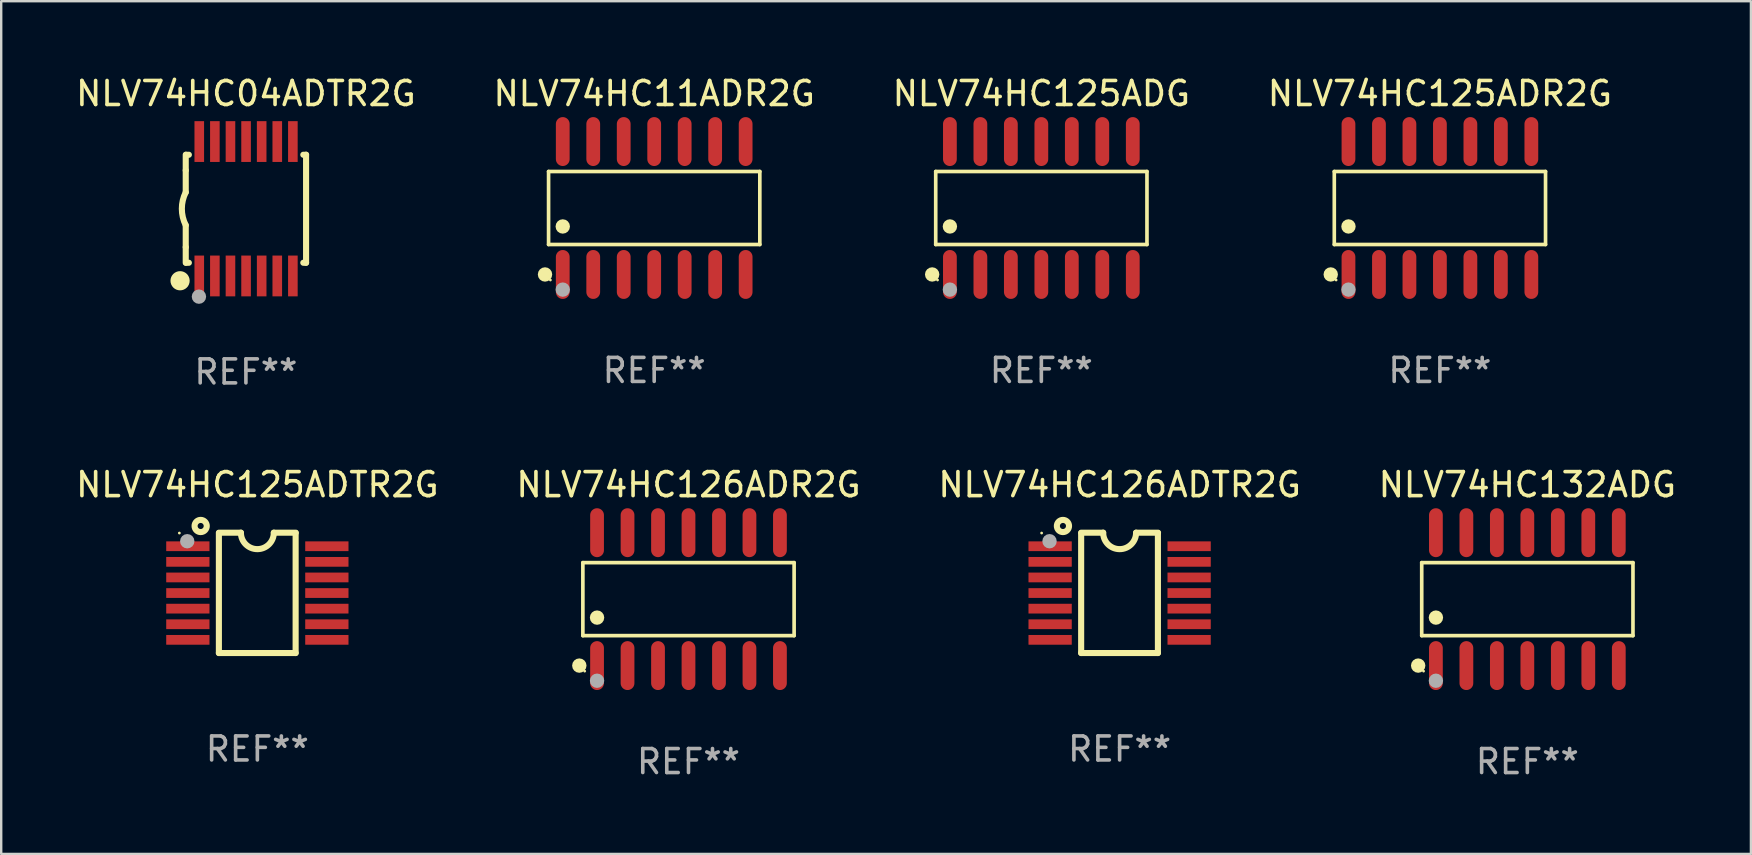
<source format=kicad_pcb>
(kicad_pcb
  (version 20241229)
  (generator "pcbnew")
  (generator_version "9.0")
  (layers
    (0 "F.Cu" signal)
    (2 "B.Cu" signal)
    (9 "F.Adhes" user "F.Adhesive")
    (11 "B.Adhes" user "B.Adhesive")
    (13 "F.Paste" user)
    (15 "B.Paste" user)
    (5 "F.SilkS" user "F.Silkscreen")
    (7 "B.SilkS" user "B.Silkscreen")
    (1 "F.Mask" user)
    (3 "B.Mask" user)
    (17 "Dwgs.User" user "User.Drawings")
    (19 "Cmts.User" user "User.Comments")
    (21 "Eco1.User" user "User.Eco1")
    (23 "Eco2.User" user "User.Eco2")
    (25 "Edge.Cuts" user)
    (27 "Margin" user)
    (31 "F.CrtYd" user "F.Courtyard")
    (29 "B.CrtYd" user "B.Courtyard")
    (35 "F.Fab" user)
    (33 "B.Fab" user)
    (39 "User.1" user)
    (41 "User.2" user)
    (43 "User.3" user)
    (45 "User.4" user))
  (footprint "NLV74HC125ADTR2G"
    (layer "F.Cu")
    (at 7.673 21.652)
    (property "Reference" "NLV74HC125ADTR2G" (at 0 -4.507 0) (layer "F.SilkS") (effects (font (size 1 1) (thickness 0.15))))
    (attr through_hole)
    (fp_line (start -1.603 2.507) (end -1.603 -2.494) (stroke (width 0.254) (type solid)) (layer "F.SilkS"))
    (fp_line (start -1.603 2.507) (end 1.595 2.507) (stroke (width 0.254) (type solid)) (layer "F.SilkS"))
    (fp_line (start -1.6 -2.507) (end -0.686 -2.507) (stroke (width 0.254) (type solid)) (layer "F.SilkS"))
    (fp_line (start 0.686 -2.507) (end 1.6 -2.507) (stroke (width 0.254) (type solid)) (layer "F.SilkS"))
    (fp_line (start 1.595 2.507) (end 1.595 -2.494) (stroke (width 0.254) (type solid)) (layer "F.SilkS"))
    (fp_arc (start 0.685852 -2.506998) (mid 0.000051 -1.821197) (end -0.68575 -2.506998) (stroke (width 0.254001) (type solid)) (layer "F.SilkS"))
    (fp_circle (center -3.25 -2.492) (end -3.22 -2.492) (stroke (width 0.06) (type solid)) (fill no) (layer "F.SilkS"))
    (fp_circle (center -2.362 -2.786) (end -2.108 -2.786) (stroke (width 0.254) (type solid)) (fill no) (layer "F.SilkS"))
    (fp_circle (center -2.921 -2.151) (end -2.771 -2.151) (stroke (width 0.3) (type solid)) (fill no) (layer "F.Fab"))
    (fp_text user "REF**" (at 0 6.507 0) (layer "F.Fab") (effects (font (size 1 1) (thickness 0.15))))
    (pad "1" smd rect (at -2.896 -1.942) (size 1.803 0.406) (layers "F.Cu" "F.Mask" "F.Paste"))
    (pad "2" smd rect (at -2.896 -1.292) (size 1.803 0.406) (layers "F.Cu" "F.Mask" "F.Paste"))
    (pad "3" smd rect (at -2.896 -0.642) (size 1.803 0.406) (layers "F.Cu" "F.Mask" "F.Paste"))
    (pad "4" smd rect (at -2.896 0.008) (size 1.803 0.406) (layers "F.Cu" "F.Mask" "F.Paste"))
    (pad "5" smd rect (at -2.896 0.658) (size 1.803 0.406) (layers "F.Cu" "F.Mask" "F.Paste"))
    (pad "6" smd rect (at -2.896 1.308) (size 1.803 0.406) (layers "F.Cu" "F.Mask" "F.Paste"))
    (pad "7" smd rect (at -2.896 1.958) (size 1.803 0.406) (layers "F.Cu" "F.Mask" "F.Paste"))
    (pad "8" smd rect (at 2.896 1.958) (size 1.803 0.406) (layers "F.Cu" "F.Mask" "F.Paste"))
    (pad "9" smd rect (at 2.896 1.308) (size 1.803 0.406) (layers "F.Cu" "F.Mask" "F.Paste"))
    (pad "10" smd rect (at 2.896 0.658) (size 1.803 0.406) (layers "F.Cu" "F.Mask" "F.Paste"))
    (pad "11" smd rect (at 2.896 0.008) (size 1.803 0.406) (layers "F.Cu" "F.Mask" "F.Paste"))
    (pad "12" smd rect (at 2.896 -0.642) (size 1.803 0.406) (layers "F.Cu" "F.Mask" "F.Paste"))
    (pad "13" smd rect (at 2.896 -1.292) (size 1.803 0.406) (layers "F.Cu" "F.Mask" "F.Paste"))
    (pad "14" smd rect (at 2.896 -1.942) (size 1.803 0.406) (layers "F.Cu" "F.Mask" "F.Paste")))
  (footprint "NLV74HC126ADR2G"
    (layer "F.Cu")
    (at 25.637 21.914)
    (property "Reference" "NLV74HC126ADR2G" (at 0 -4.769 0) (layer "F.SilkS") (effects (font (size 1 1) (thickness 0.15))))
    (attr through_hole)
    (fp_line (start -4.401 -1.521) (end 4.401 -1.521) (stroke (width 0.152) (type solid)) (layer "F.SilkS"))
    (fp_line (start -4.401 1.521) (end -4.401 -1.521) (stroke (width 0.152) (type solid)) (layer "F.SilkS"))
    (fp_line (start 4.401 -1.521) (end 4.401 1.521) (stroke (width 0.152) (type solid)) (layer "F.SilkS"))
    (fp_line (start 4.401 1.521) (end -4.401 1.521) (stroke (width 0.152) (type solid)) (layer "F.SilkS"))
    (fp_circle (center -4.549 2.769) (end -4.399 2.769) (stroke (width 0.3) (type solid)) (fill no) (layer "F.SilkS"))
    (fp_circle (center -4.325 3) (end -4.295 3) (stroke (width 0.06) (type solid)) (fill no) (layer "F.SilkS"))
    (fp_circle (center -3.81 0.769) (end -3.66 0.769) (stroke (width 0.3) (type solid)) (fill no) (layer "F.SilkS"))
    (fp_circle (center -3.81 3.4) (end -3.66 3.4) (stroke (width 0.3) (type solid)) (fill no) (layer "F.Fab"))
    (fp_text user "REF**" (at 0 6.769 0) (layer "F.Fab") (effects (font (size 1 1) (thickness 0.15))))
    (pad "1" smd oval (at -3.81 2.769) (size 0.574 2.038) (layers "F.Cu" "F.Mask" "F.Paste"))
    (pad "2" smd oval (at -2.54 2.769) (size 0.574 2.038) (layers "F.Cu" "F.Mask" "F.Paste"))
    (pad "3" smd oval (at -1.27 2.769) (size 0.574 2.038) (layers "F.Cu" "F.Mask" "F.Paste"))
    (pad "4" smd oval (at 0 2.769) (size 0.574 2.038) (layers "F.Cu" "F.Mask" "F.Paste"))
    (pad "5" smd oval (at 1.27 2.769) (size 0.574 2.038) (layers "F.Cu" "F.Mask" "F.Paste"))
    (pad "6" smd oval (at 2.54 2.769) (size 0.574 2.038) (layers "F.Cu" "F.Mask" "F.Paste"))
    (pad "7" smd oval (at 3.81 2.769) (size 0.574 2.038) (layers "F.Cu" "F.Mask" "F.Paste"))
    (pad "8" smd oval (at 3.81 -2.769) (size 0.574 2.038) (layers "F.Cu" "F.Mask" "F.Paste"))
    (pad "9" smd oval (at 2.54 -2.769) (size 0.574 2.038) (layers "F.Cu" "F.Mask" "F.Paste"))
    (pad "10" smd oval (at 1.27 -2.769) (size 0.574 2.038) (layers "F.Cu" "F.Mask" "F.Paste"))
    (pad "11" smd oval (at 0 -2.769) (size 0.574 2.038) (layers "F.Cu" "F.Mask" "F.Paste"))
    (pad "12" smd oval (at -1.27 -2.769) (size 0.574 2.038) (layers "F.Cu" "F.Mask" "F.Paste"))
    (pad "13" smd oval (at -2.54 -2.769) (size 0.574 2.038) (layers "F.Cu" "F.Mask" "F.Paste"))
    (pad "14" smd oval (at -3.81 -2.769) (size 0.574 2.038) (layers "F.Cu" "F.Mask" "F.Paste")))
  (footprint "NLV74HC04ADTR2G"
    (layer "F.Cu")
    (at 7.196 5.648)
    (property "Reference" "NLV74HC04ADTR2G" (at 0 -4.8 0) (layer "F.SilkS") (effects (font (size 1 1) (thickness 0.15))))
    (attr through_hole)
    (fp_line (start -2.507 -1.6) (end -2.507 -2.25) (stroke (width 0.254) (type solid)) (layer "F.SilkS"))
    (fp_line (start -2.507 -0.686) (end -2.507 -1.6) (stroke (width 0.254) (type solid)) (layer "F.SilkS"))
    (fp_line (start -2.507 1.6) (end -2.507 0.686) (stroke (width 0.254) (type solid)) (layer "F.SilkS"))
    (fp_line (start -2.507 1.6) (end -2.507 2.25) (stroke (width 0.254) (type solid)) (layer "F.SilkS"))
    (fp_line (start -2.493 -2.25) (end -2.377 -2.25) (stroke (width 0.254) (type solid)) (layer "F.SilkS"))
    (fp_line (start -2.377 2.25) (end -2.493 2.25) (stroke (width 0.254) (type solid)) (layer "F.SilkS"))
    (fp_line (start 2.392 -2.25) (end 2.507 -2.25) (stroke (width 0.254) (type solid)) (layer "F.SilkS"))
    (fp_line (start 2.507 -2.25) (end 2.507 2.25) (stroke (width 0.254) (type solid)) (layer "F.SilkS"))
    (fp_line (start 2.507 2.25) (end 2.392 2.25) (stroke (width 0.254) (type solid)) (layer "F.SilkS"))
    (fp_arc (start -2.507303 0.685802) (mid -2.669199 0) (end -2.507303 -0.685801) (stroke (width 0.254001) (type solid)) (layer "F.SilkS"))
    (fp_circle (center -2.743 3) (end -2.543 3) (stroke (width 0.4) (type solid)) (fill no) (layer "F.SilkS"))
    (fp_circle (center -2.493 3.2) (end -2.463 3.2) (stroke (width 0.06) (type solid)) (fill no) (layer "F.SilkS"))
    (fp_circle (center -1.957 3.662) (end -1.807 3.662) (stroke (width 0.3) (type solid)) (fill no) (layer "F.Fab"))
    (fp_text user "REF**" (at 0 6.8 0) (layer "F.Fab") (effects (font (size 1 1) (thickness 0.15))))
    (pad "1" smd rect (at -1.943 2.8) (size 0.4 1.7) (layers "F.Cu" "F.Mask" "F.Paste"))
    (pad "2" smd rect (at -1.293 2.8) (size 0.4 1.7) (layers "F.Cu" "F.Mask" "F.Paste"))
    (pad "3" smd rect (at -0.643 2.8) (size 0.4 1.7) (layers "F.Cu" "F.Mask" "F.Paste"))
    (pad "4" smd rect (at 0.007 2.8) (size 0.4 1.7) (layers "F.Cu" "F.Mask" "F.Paste"))
    (pad "5" smd rect (at 0.657 2.8) (size 0.4 1.7) (layers "F.Cu" "F.Mask" "F.Paste"))
    (pad "6" smd rect (at 1.307 2.8) (size 0.4 1.7) (layers "F.Cu" "F.Mask" "F.Paste"))
    (pad "7" smd rect (at 1.957 2.8) (size 0.4 1.7) (layers "F.Cu" "F.Mask" "F.Paste"))
    (pad "8" smd rect (at 1.957 -2.8) (size 0.4 1.7) (layers "F.Cu" "F.Mask" "F.Paste"))
    (pad "9" smd rect (at 1.307 -2.8) (size 0.4 1.7) (layers "F.Cu" "F.Mask" "F.Paste"))
    (pad "10" smd rect (at 0.657 -2.8) (size 0.4 1.7) (layers "F.Cu" "F.Mask" "F.Paste"))
    (pad "11" smd rect (at 0.007 -2.8) (size 0.4 1.7) (layers "F.Cu" "F.Mask" "F.Paste"))
    (pad "12" smd rect (at -0.643 -2.8) (size 0.4 1.7) (layers "F.Cu" "F.Mask" "F.Paste"))
    (pad "13" smd rect (at -1.293 -2.8) (size 0.4 1.7) (layers "F.Cu" "F.Mask" "F.Paste"))
    (pad "14" smd rect (at -1.943 -2.8) (size 0.4 1.7) (layers "F.Cu" "F.Mask" "F.Paste")))
  (footprint "NLV74HC11ADR2G"
    (layer "F.Cu")
    (at 24.208 5.617)
    (property "Reference" "NLV74HC11ADR2G" (at 0 -4.769 0) (layer "F.SilkS") (effects (font (size 1 1) (thickness 0.15))))
    (attr through_hole)
    (fp_line (start -4.401 -1.521) (end 4.401 -1.521) (stroke (width 0.152) (type solid)) (layer "F.SilkS"))
    (fp_line (start -4.401 1.521) (end -4.401 -1.521) (stroke (width 0.152) (type solid)) (layer "F.SilkS"))
    (fp_line (start 4.401 -1.521) (end 4.401 1.521) (stroke (width 0.152) (type solid)) (layer "F.SilkS"))
    (fp_line (start 4.401 1.521) (end -4.401 1.521) (stroke (width 0.152) (type solid)) (layer "F.SilkS"))
    (fp_circle (center -4.549 2.769) (end -4.399 2.769) (stroke (width 0.3) (type solid)) (fill no) (layer "F.SilkS"))
    (fp_circle (center -4.325 3) (end -4.295 3) (stroke (width 0.06) (type solid)) (fill no) (layer "F.SilkS"))
    (fp_circle (center -3.81 0.769) (end -3.66 0.769) (stroke (width 0.3) (type solid)) (fill no) (layer "F.SilkS"))
    (fp_circle (center -3.81 3.4) (end -3.66 3.4) (stroke (width 0.3) (type solid)) (fill no) (layer "F.Fab"))
    (fp_text user "REF**" (at 0 6.769 0) (layer "F.Fab") (effects (font (size 1 1) (thickness 0.15))))
    (pad "1" smd oval (at -3.81 2.769) (size 0.574 2.038) (layers "F.Cu" "F.Mask" "F.Paste"))
    (pad "2" smd oval (at -2.54 2.769) (size 0.574 2.038) (layers "F.Cu" "F.Mask" "F.Paste"))
    (pad "3" smd oval (at -1.27 2.769) (size 0.574 2.038) (layers "F.Cu" "F.Mask" "F.Paste"))
    (pad "4" smd oval (at 0 2.769) (size 0.574 2.038) (layers "F.Cu" "F.Mask" "F.Paste"))
    (pad "5" smd oval (at 1.27 2.769) (size 0.574 2.038) (layers "F.Cu" "F.Mask" "F.Paste"))
    (pad "6" smd oval (at 2.54 2.769) (size 0.574 2.038) (layers "F.Cu" "F.Mask" "F.Paste"))
    (pad "7" smd oval (at 3.81 2.769) (size 0.574 2.038) (layers "F.Cu" "F.Mask" "F.Paste"))
    (pad "8" smd oval (at 3.81 -2.769) (size 0.574 2.038) (layers "F.Cu" "F.Mask" "F.Paste"))
    (pad "9" smd oval (at 2.54 -2.769) (size 0.574 2.038) (layers "F.Cu" "F.Mask" "F.Paste"))
    (pad "10" smd oval (at 1.27 -2.769) (size 0.574 2.038) (layers "F.Cu" "F.Mask" "F.Paste"))
    (pad "11" smd oval (at 0 -2.769) (size 0.574 2.038) (layers "F.Cu" "F.Mask" "F.Paste"))
    (pad "12" smd oval (at -1.27 -2.769) (size 0.574 2.038) (layers "F.Cu" "F.Mask" "F.Paste"))
    (pad "13" smd oval (at -2.54 -2.769) (size 0.574 2.038) (layers "F.Cu" "F.Mask" "F.Paste"))
    (pad "14" smd oval (at -3.81 -2.769) (size 0.574 2.038) (layers "F.Cu" "F.Mask" "F.Paste")))
  (footprint "NLV74HC125ADG"
    (layer "F.Cu")
    (at 40.339 5.617)
    (property "Reference" "NLV74HC125ADG" (at 0 -4.769 0) (layer "F.SilkS") (effects (font (size 1 1) (thickness 0.15))))
    (attr through_hole)
    (fp_line (start -4.401 -1.521) (end 4.401 -1.521) (stroke (width 0.152) (type solid)) (layer "F.SilkS"))
    (fp_line (start -4.401 1.521) (end -4.401 -1.521) (stroke (width 0.152) (type solid)) (layer "F.SilkS"))
    (fp_line (start 4.401 -1.521) (end 4.401 1.521) (stroke (width 0.152) (type solid)) (layer "F.SilkS"))
    (fp_line (start 4.401 1.521) (end -4.401 1.521) (stroke (width 0.152) (type solid)) (layer "F.SilkS"))
    (fp_circle (center -4.549 2.769) (end -4.399 2.769) (stroke (width 0.3) (type solid)) (fill no) (layer "F.SilkS"))
    (fp_circle (center -4.325 3) (end -4.295 3) (stroke (width 0.06) (type solid)) (fill no) (layer "F.SilkS"))
    (fp_circle (center -3.81 0.769) (end -3.66 0.769) (stroke (width 0.3) (type solid)) (fill no) (layer "F.SilkS"))
    (fp_circle (center -3.81 3.4) (end -3.66 3.4) (stroke (width 0.3) (type solid)) (fill no) (layer "F.Fab"))
    (fp_text user "REF**" (at 0 6.769 0) (layer "F.Fab") (effects (font (size 1 1) (thickness 0.15))))
    (pad "1" smd oval (at -3.81 2.769) (size 0.574 2.038) (layers "F.Cu" "F.Mask" "F.Paste"))
    (pad "2" smd oval (at -2.54 2.769) (size 0.574 2.038) (layers "F.Cu" "F.Mask" "F.Paste"))
    (pad "3" smd oval (at -1.27 2.769) (size 0.574 2.038) (layers "F.Cu" "F.Mask" "F.Paste"))
    (pad "4" smd oval (at 0 2.769) (size 0.574 2.038) (layers "F.Cu" "F.Mask" "F.Paste"))
    (pad "5" smd oval (at 1.27 2.769) (size 0.574 2.038) (layers "F.Cu" "F.Mask" "F.Paste"))
    (pad "6" smd oval (at 2.54 2.769) (size 0.574 2.038) (layers "F.Cu" "F.Mask" "F.Paste"))
    (pad "7" smd oval (at 3.81 2.769) (size 0.574 2.038) (layers "F.Cu" "F.Mask" "F.Paste"))
    (pad "8" smd oval (at 3.81 -2.769) (size 0.574 2.038) (layers "F.Cu" "F.Mask" "F.Paste"))
    (pad "9" smd oval (at 2.54 -2.769) (size 0.574 2.038) (layers "F.Cu" "F.Mask" "F.Paste"))
    (pad "10" smd oval (at 1.27 -2.769) (size 0.574 2.038) (layers "F.Cu" "F.Mask" "F.Paste"))
    (pad "11" smd oval (at 0 -2.769) (size 0.574 2.038) (layers "F.Cu" "F.Mask" "F.Paste"))
    (pad "12" smd oval (at -1.27 -2.769) (size 0.574 2.038) (layers "F.Cu" "F.Mask" "F.Paste"))
    (pad "13" smd oval (at -2.54 -2.769) (size 0.574 2.038) (layers "F.Cu" "F.Mask" "F.Paste"))
    (pad "14" smd oval (at -3.81 -2.769) (size 0.574 2.038) (layers "F.Cu" "F.Mask" "F.Paste")))
  (footprint "NLV74HC132ADG"
    (layer "F.Cu")
    (at 60.589 21.914)
    (property "Reference" "NLV74HC132ADG" (at 0 -4.769 0) (layer "F.SilkS") (effects (font (size 1 1) (thickness 0.15))))
    (attr through_hole)
    (fp_line (start -4.401 -1.521) (end 4.401 -1.521) (stroke (width 0.152) (type solid)) (layer "F.SilkS"))
    (fp_line (start -4.401 1.521) (end -4.401 -1.521) (stroke (width 0.152) (type solid)) (layer "F.SilkS"))
    (fp_line (start 4.401 -1.521) (end 4.401 1.521) (stroke (width 0.152) (type solid)) (layer "F.SilkS"))
    (fp_line (start 4.401 1.521) (end -4.401 1.521) (stroke (width 0.152) (type solid)) (layer "F.SilkS"))
    (fp_circle (center -4.549 2.769) (end -4.399 2.769) (stroke (width 0.3) (type solid)) (fill no) (layer "F.SilkS"))
    (fp_circle (center -4.325 3) (end -4.295 3) (stroke (width 0.06) (type solid)) (fill no) (layer "F.SilkS"))
    (fp_circle (center -3.81 0.769) (end -3.66 0.769) (stroke (width 0.3) (type solid)) (fill no) (layer "F.SilkS"))
    (fp_circle (center -3.81 3.4) (end -3.66 3.4) (stroke (width 0.3) (type solid)) (fill no) (layer "F.Fab"))
    (fp_text user "REF**" (at 0 6.769 0) (layer "F.Fab") (effects (font (size 1 1) (thickness 0.15))))
    (pad "1" smd oval (at -3.81 2.769) (size 0.574 2.038) (layers "F.Cu" "F.Mask" "F.Paste"))
    (pad "2" smd oval (at -2.54 2.769) (size 0.574 2.038) (layers "F.Cu" "F.Mask" "F.Paste"))
    (pad "3" smd oval (at -1.27 2.769) (size 0.574 2.038) (layers "F.Cu" "F.Mask" "F.Paste"))
    (pad "4" smd oval (at 0 2.769) (size 0.574 2.038) (layers "F.Cu" "F.Mask" "F.Paste"))
    (pad "5" smd oval (at 1.27 2.769) (size 0.574 2.038) (layers "F.Cu" "F.Mask" "F.Paste"))
    (pad "6" smd oval (at 2.54 2.769) (size 0.574 2.038) (layers "F.Cu" "F.Mask" "F.Paste"))
    (pad "7" smd oval (at 3.81 2.769) (size 0.574 2.038) (layers "F.Cu" "F.Mask" "F.Paste"))
    (pad "8" smd oval (at 3.81 -2.769) (size 0.574 2.038) (layers "F.Cu" "F.Mask" "F.Paste"))
    (pad "9" smd oval (at 2.54 -2.769) (size 0.574 2.038) (layers "F.Cu" "F.Mask" "F.Paste"))
    (pad "10" smd oval (at 1.27 -2.769) (size 0.574 2.038) (layers "F.Cu" "F.Mask" "F.Paste"))
    (pad "11" smd oval (at 0 -2.769) (size 0.574 2.038) (layers "F.Cu" "F.Mask" "F.Paste"))
    (pad "12" smd oval (at -1.27 -2.769) (size 0.574 2.038) (layers "F.Cu" "F.Mask" "F.Paste"))
    (pad "13" smd oval (at -2.54 -2.769) (size 0.574 2.038) (layers "F.Cu" "F.Mask" "F.Paste"))
    (pad "14" smd oval (at -3.81 -2.769) (size 0.574 2.038) (layers "F.Cu" "F.Mask" "F.Paste")))
  (footprint "NLV74HC125ADR2G"
    (layer "F.Cu")
    (at 56.946 5.617)
    (property "Reference" "NLV74HC125ADR2G" (at 0 -4.769 0) (layer "F.SilkS") (effects (font (size 1 1) (thickness 0.15))))
    (attr through_hole)
    (fp_line (start -4.401 -1.521) (end 4.401 -1.521) (stroke (width 0.152) (type solid)) (layer "F.SilkS"))
    (fp_line (start -4.401 1.521) (end -4.401 -1.521) (stroke (width 0.152) (type solid)) (layer "F.SilkS"))
    (fp_line (start 4.401 -1.521) (end 4.401 1.521) (stroke (width 0.152) (type solid)) (layer "F.SilkS"))
    (fp_line (start 4.401 1.521) (end -4.401 1.521) (stroke (width 0.152) (type solid)) (layer "F.SilkS"))
    (fp_circle (center -4.549 2.769) (end -4.399 2.769) (stroke (width 0.3) (type solid)) (fill no) (layer "F.SilkS"))
    (fp_circle (center -4.325 3) (end -4.295 3) (stroke (width 0.06) (type solid)) (fill no) (layer "F.SilkS"))
    (fp_circle (center -3.81 0.769) (end -3.66 0.769) (stroke (width 0.3) (type solid)) (fill no) (layer "F.SilkS"))
    (fp_circle (center -3.81 3.4) (end -3.66 3.4) (stroke (width 0.3) (type solid)) (fill no) (layer "F.Fab"))
    (fp_text user "REF**" (at 0 6.769 0) (layer "F.Fab") (effects (font (size 1 1) (thickness 0.15))))
    (pad "1" smd oval (at -3.81 2.769) (size 0.574 2.038) (layers "F.Cu" "F.Mask" "F.Paste"))
    (pad "2" smd oval (at -2.54 2.769) (size 0.574 2.038) (layers "F.Cu" "F.Mask" "F.Paste"))
    (pad "3" smd oval (at -1.27 2.769) (size 0.574 2.038) (layers "F.Cu" "F.Mask" "F.Paste"))
    (pad "4" smd oval (at 0 2.769) (size 0.574 2.038) (layers "F.Cu" "F.Mask" "F.Paste"))
    (pad "5" smd oval (at 1.27 2.769) (size 0.574 2.038) (layers "F.Cu" "F.Mask" "F.Paste"))
    (pad "6" smd oval (at 2.54 2.769) (size 0.574 2.038) (layers "F.Cu" "F.Mask" "F.Paste"))
    (pad "7" smd oval (at 3.81 2.769) (size 0.574 2.038) (layers "F.Cu" "F.Mask" "F.Paste"))
    (pad "8" smd oval (at 3.81 -2.769) (size 0.574 2.038) (layers "F.Cu" "F.Mask" "F.Paste"))
    (pad "9" smd oval (at 2.54 -2.769) (size 0.574 2.038) (layers "F.Cu" "F.Mask" "F.Paste"))
    (pad "10" smd oval (at 1.27 -2.769) (size 0.574 2.038) (layers "F.Cu" "F.Mask" "F.Paste"))
    (pad "11" smd oval (at 0 -2.769) (size 0.574 2.038) (layers "F.Cu" "F.Mask" "F.Paste"))
    (pad "12" smd oval (at -1.27 -2.769) (size 0.574 2.038) (layers "F.Cu" "F.Mask" "F.Paste"))
    (pad "13" smd oval (at -2.54 -2.769) (size 0.574 2.038) (layers "F.Cu" "F.Mask" "F.Paste"))
    (pad "14" smd oval (at -3.81 -2.769) (size 0.574 2.038) (layers "F.Cu" "F.Mask" "F.Paste")))
  (footprint "NLV74HC126ADTR2G"
    (layer "F.Cu")
    (at 43.601 21.652)
    (property "Reference" "NLV74HC126ADTR2G" (at 0 -4.507 0) (layer "F.SilkS") (effects (font (size 1 1) (thickness 0.15))))
    (attr through_hole)
    (fp_line (start -1.603 2.507) (end -1.603 -2.494) (stroke (width 0.254) (type solid)) (layer "F.SilkS"))
    (fp_line (start -1.603 2.507) (end 1.595 2.507) (stroke (width 0.254) (type solid)) (layer "F.SilkS"))
    (fp_line (start -1.6 -2.507) (end -0.686 -2.507) (stroke (width 0.254) (type solid)) (layer "F.SilkS"))
    (fp_line (start 0.686 -2.507) (end 1.6 -2.507) (stroke (width 0.254) (type solid)) (layer "F.SilkS"))
    (fp_line (start 1.595 2.507) (end 1.595 -2.494) (stroke (width 0.254) (type solid)) (layer "F.SilkS"))
    (fp_arc (start 0.685852 -2.506998) (mid 0.000051 -1.821197) (end -0.68575 -2.506998) (stroke (width 0.254001) (type solid)) (layer "F.SilkS"))
    (fp_circle (center -3.25 -2.492) (end -3.22 -2.492) (stroke (width 0.06) (type solid)) (fill no) (layer "F.SilkS"))
    (fp_circle (center -2.362 -2.786) (end -2.108 -2.786) (stroke (width 0.254) (type solid)) (fill no) (layer "F.SilkS"))
    (fp_circle (center -2.921 -2.151) (end -2.771 -2.151) (stroke (width 0.3) (type solid)) (fill no) (layer "F.Fab"))
    (fp_text user "REF**" (at 0 6.507 0) (layer "F.Fab") (effects (font (size 1 1) (thickness 0.15))))
    (pad "1" smd rect (at -2.896 -1.942) (size 1.803 0.406) (layers "F.Cu" "F.Mask" "F.Paste"))
    (pad "2" smd rect (at -2.896 -1.292) (size 1.803 0.406) (layers "F.Cu" "F.Mask" "F.Paste"))
    (pad "3" smd rect (at -2.896 -0.642) (size 1.803 0.406) (layers "F.Cu" "F.Mask" "F.Paste"))
    (pad "4" smd rect (at -2.896 0.008) (size 1.803 0.406) (layers "F.Cu" "F.Mask" "F.Paste"))
    (pad "5" smd rect (at -2.896 0.658) (size 1.803 0.406) (layers "F.Cu" "F.Mask" "F.Paste"))
    (pad "6" smd rect (at -2.896 1.308) (size 1.803 0.406) (layers "F.Cu" "F.Mask" "F.Paste"))
    (pad "7" smd rect (at -2.896 1.958) (size 1.803 0.406) (layers "F.Cu" "F.Mask" "F.Paste"))
    (pad "8" smd rect (at 2.896 1.958) (size 1.803 0.406) (layers "F.Cu" "F.Mask" "F.Paste"))
    (pad "9" smd rect (at 2.896 1.308) (size 1.803 0.406) (layers "F.Cu" "F.Mask" "F.Paste"))
    (pad "10" smd rect (at 2.896 0.658) (size 1.803 0.406) (layers "F.Cu" "F.Mask" "F.Paste"))
    (pad "11" smd rect (at 2.896 0.008) (size 1.803 0.406) (layers "F.Cu" "F.Mask" "F.Paste"))
    (pad "12" smd rect (at 2.896 -0.642) (size 1.803 0.406) (layers "F.Cu" "F.Mask" "F.Paste"))
    (pad "13" smd rect (at 2.896 -1.292) (size 1.803 0.406) (layers "F.Cu" "F.Mask" "F.Paste"))
    (pad "14" smd rect (at 2.896 -1.942) (size 1.803 0.406) (layers "F.Cu" "F.Mask" "F.Paste")))
  (gr_rect
    (start -3 -3)
    (end 69.905 32.531)
    (stroke (width 0.1) (type default))
    (fill no)
    (layer "Edge.Cuts")))
</source>
